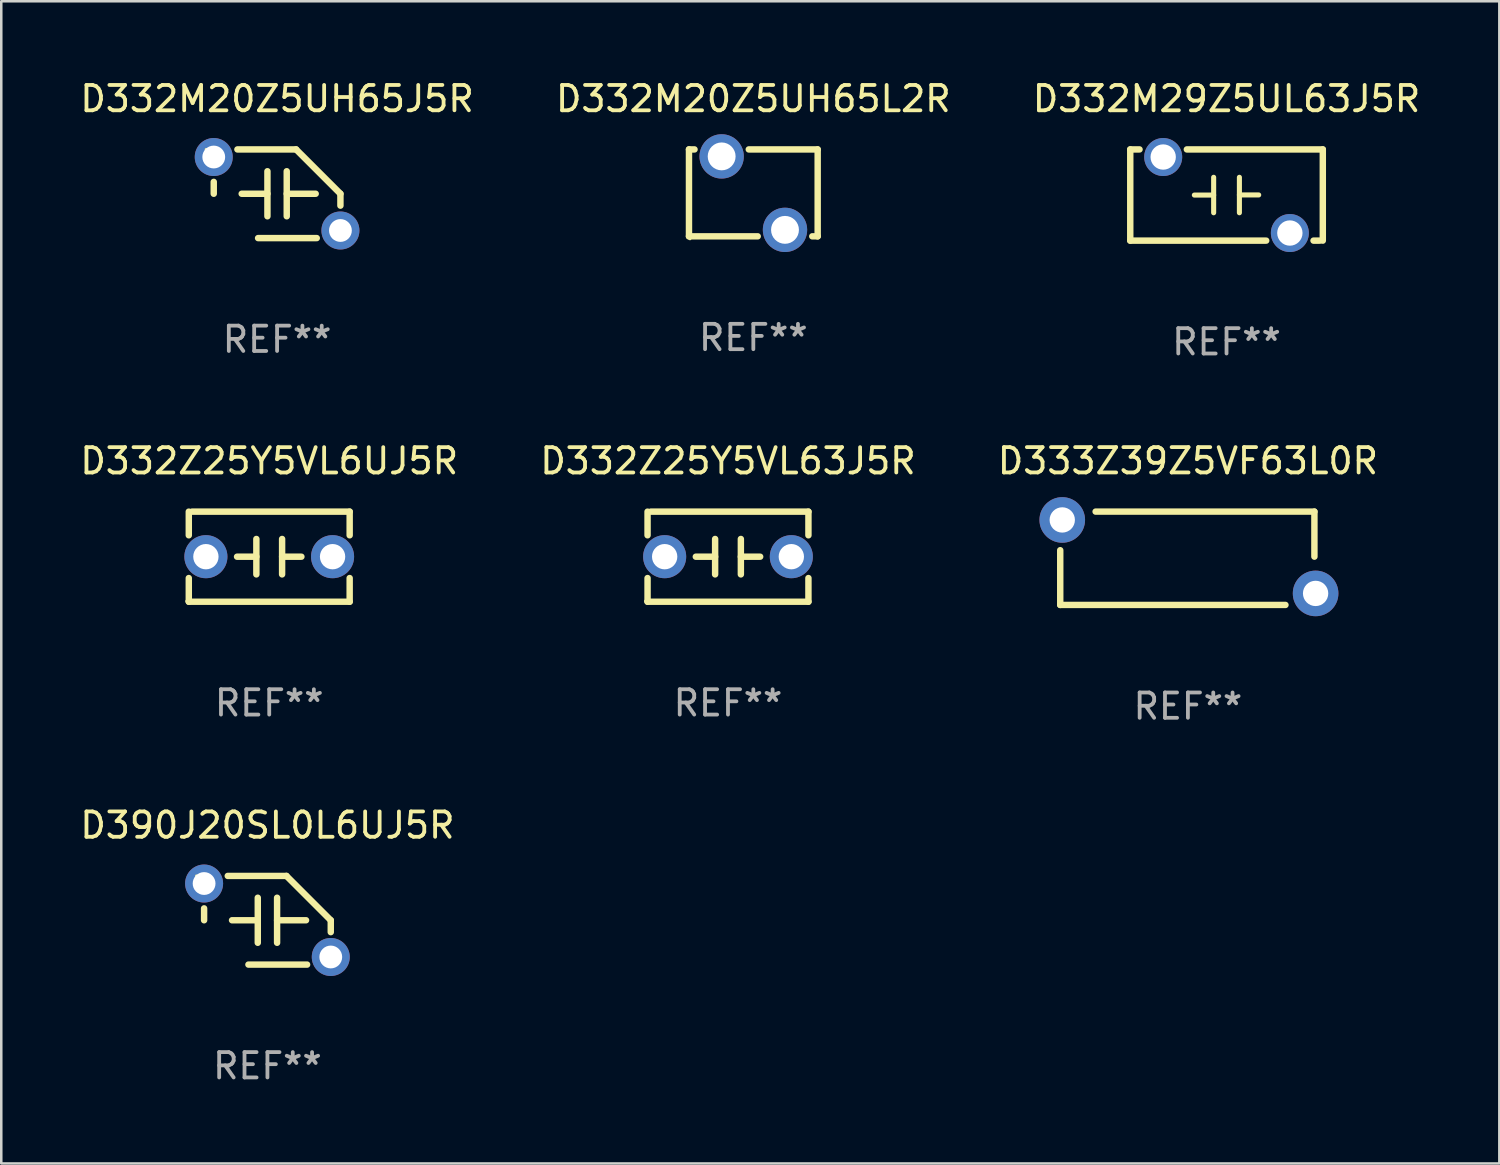
<source format=kicad_pcb>
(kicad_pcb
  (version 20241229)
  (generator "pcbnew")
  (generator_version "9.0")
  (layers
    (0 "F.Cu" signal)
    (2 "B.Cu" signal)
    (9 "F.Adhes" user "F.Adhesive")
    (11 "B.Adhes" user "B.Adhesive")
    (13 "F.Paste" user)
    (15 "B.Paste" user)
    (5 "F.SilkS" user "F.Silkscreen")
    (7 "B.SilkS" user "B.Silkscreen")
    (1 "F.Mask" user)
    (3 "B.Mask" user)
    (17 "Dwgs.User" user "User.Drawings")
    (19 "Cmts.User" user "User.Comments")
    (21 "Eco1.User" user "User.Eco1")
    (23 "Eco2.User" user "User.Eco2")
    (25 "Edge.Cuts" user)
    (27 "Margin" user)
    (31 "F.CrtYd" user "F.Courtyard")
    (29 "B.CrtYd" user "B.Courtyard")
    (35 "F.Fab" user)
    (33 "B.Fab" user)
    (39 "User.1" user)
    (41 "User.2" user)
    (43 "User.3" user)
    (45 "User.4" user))
  (footprint "D332M20Z5UH65J5R"
    (layer "F.Cu")
    (at 7.887 4.598)
    (property "Reference" "D332M20Z5UH65J5R" (at 0 -3.75 0) (layer "F.SilkS") (effects (font (size 1 1) (thickness 0.15))))
    (attr through_hole)
    (fp_line (start -2.5 0) (end -2.5 -0.469) (stroke (width 0.254) (type solid)) (layer "F.SilkS"))
    (fp_line (start -1.397 0) (end -0.381 0) (stroke (width 0.254) (type solid)) (layer "F.SilkS"))
    (fp_line (start -0.75 1.75) (end 1.566 1.75) (stroke (width 0.254) (type solid)) (layer "F.SilkS"))
    (fp_line (start -0.381 -0.889) (end -0.381 0.889) (stroke (width 0.254) (type solid)) (layer "F.SilkS"))
    (fp_line (start 0.381 -0.889) (end 0.381 0.889) (stroke (width 0.254) (type solid)) (layer "F.SilkS"))
    (fp_line (start 0.75 -1.75) (end -1.566 -1.75) (stroke (width 0.254) (type solid)) (layer "F.SilkS"))
    (fp_line (start 1.524 0) (end 0.381 0) (stroke (width 0.254) (type solid)) (layer "F.SilkS"))
    (fp_line (start 2.5 0) (end 2.5 0.469) (stroke (width 0.254) (type solid)) (layer "F.SilkS"))
    (fp_arc (start -2.499962 0) (mid 2.499984 -0.000022) (end -2.499962 0) (stroke (width 0.254001) (type solid)) (layer "F.SilkS"))
    (fp_arc (start 2.500013 0) (mid 1.623463 -0.873464) (end 0.749999 -1.750014) (stroke (width 0.254001) (type solid)) (layer "F.SilkS"))
    (fp_circle (center -2.8 -1.75) (end -2.77 -1.75) (stroke (width 0.06) (type solid)) (fill no) (layer "F.SilkS"))
    (fp_text user "REF**" (at 0 5.75 0) (layer "F.Fab") (effects (font (size 1 1) (thickness 0.15))))
    (pad "1" thru_hole circle (at -2.5 -1.45) (size 1.5 1.5) (drill 0.9) (layers "*.Cu" "*.Mask"))
    (pad "2" thru_hole circle (at 2.5 1.45) (size 1.5 1.5) (drill 0.9) (layers "*.Cu" "*.Mask")))
  (footprint "D333Z39Z5VF63L0R"
    (layer "F.Cu")
    (at 43.839 18.986)
    (property "Reference" "D333Z39Z5VF63L0R" (at 0 -3.842 0) (layer "F.SilkS") (effects (font (size 1 1) (thickness 0.15))))
    (attr through_hole)
    (fp_line (start -5.04 1.842) (end -5.04 -0.318) (stroke (width 0.254) (type solid)) (layer "F.SilkS"))
    (fp_line (start -5.04 1.842) (end 3.85 1.842) (stroke (width 0.254) (type solid)) (layer "F.SilkS"))
    (fp_line (start -3.643 -1.842) (end 4.993 -1.842) (stroke (width 0.254) (type solid)) (layer "F.SilkS"))
    (fp_line (start 4.993 -1.842) (end 4.993 -0.064) (stroke (width 0.254) (type solid)) (layer "F.SilkS"))
    (fp_circle (center -5.26 -1.814) (end -5.23 -1.814) (stroke (width 0.06) (type solid)) (fill no) (layer "F.SilkS"))
    (fp_text user "REF**" (at 0 5.842 0) (layer "F.Fab") (effects (font (size 1 1) (thickness 0.15))))
    (pad "1" thru_hole circle (at -4.96 -1.513) (size 1.8 1.8) (drill 1) (layers "*.Cu" "*.Mask"))
    (pad "2" thru_hole circle (at 5.04 1.387) (size 1.8 1.8) (drill 1) (layers "*.Cu" "*.Mask")))
  (footprint "D390J20SL0L6UJ5R"
    (layer "F.Cu")
    (at 7.506 33.274)
    (property "Reference" "D390J20SL0L6UJ5R" (at 0 -3.75 0) (layer "F.SilkS") (effects (font (size 1 1) (thickness 0.15))))
    (attr through_hole)
    (fp_line (start -2.5 0) (end -2.5 -0.469) (stroke (width 0.254) (type solid)) (layer "F.SilkS"))
    (fp_line (start -1.397 0) (end -0.381 0) (stroke (width 0.254) (type solid)) (layer "F.SilkS"))
    (fp_line (start -0.75 1.75) (end 1.566 1.75) (stroke (width 0.254) (type solid)) (layer "F.SilkS"))
    (fp_line (start -0.381 -0.889) (end -0.381 0.889) (stroke (width 0.254) (type solid)) (layer "F.SilkS"))
    (fp_line (start 0.381 -0.889) (end 0.381 0.889) (stroke (width 0.254) (type solid)) (layer "F.SilkS"))
    (fp_line (start 0.75 -1.75) (end -1.566 -1.75) (stroke (width 0.254) (type solid)) (layer "F.SilkS"))
    (fp_line (start 1.524 0) (end 0.381 0) (stroke (width 0.254) (type solid)) (layer "F.SilkS"))
    (fp_line (start 2.5 0) (end 2.5 0.469) (stroke (width 0.254) (type solid)) (layer "F.SilkS"))
    (fp_arc (start -2.499962 0) (mid 2.499984 -0.000022) (end -2.499962 0) (stroke (width 0.254001) (type solid)) (layer "F.SilkS"))
    (fp_arc (start 2.500013 0) (mid 1.623463 -0.873464) (end 0.749999 -1.750014) (stroke (width 0.254001) (type solid)) (layer "F.SilkS"))
    (fp_circle (center -2.8 -1.75) (end -2.77 -1.75) (stroke (width 0.06) (type solid)) (fill no) (layer "F.SilkS"))
    (fp_text user "REF**" (at 0 5.75 0) (layer "F.Fab") (effects (font (size 1 1) (thickness 0.15))))
    (pad "1" thru_hole circle (at -2.5 -1.45) (size 1.5 1.5) (drill 0.9) (layers "*.Cu" "*.Mask"))
    (pad "2" thru_hole circle (at 2.5 1.45) (size 1.5 1.5) (drill 0.9) (layers "*.Cu" "*.Mask")))
  (footprint "D332Z25Y5VL6UJ5R"
    (layer "F.Cu")
    (at 7.577 18.923)
    (property "Reference" "D332Z25Y5VL6UJ5R" (at 0 -3.778 0) (layer "F.SilkS") (effects (font (size 1 1) (thickness 0.15))))
    (attr through_hole)
    (fp_line (start -3.175 -1.778) (end -3.175 -0.844) (stroke (width 0.254) (type solid)) (layer "F.SilkS"))
    (fp_line (start -3.175 0.844) (end -3.175 1.778) (stroke (width 0.254) (type solid)) (layer "F.SilkS"))
    (fp_line (start -3.175 1.778) (end 3.175 1.778) (stroke (width 0.254) (type solid)) (layer "F.SilkS"))
    (fp_line (start -0.508 -0.699) (end -0.508 0.699) (stroke (width 0.254) (type solid)) (layer "F.SilkS"))
    (fp_line (start -0.508 0.001) (end -1.27 0.001) (stroke (width 0.254) (type solid)) (layer "F.SilkS"))
    (fp_line (start 0.508 0.001) (end 1.27 0.001) (stroke (width 0.254) (type solid)) (layer "F.SilkS"))
    (fp_line (start 0.508 0.699) (end 0.508 -0.699) (stroke (width 0.254) (type solid)) (layer "F.SilkS"))
    (fp_line (start 3.175 -1.778) (end -3.048 -1.778) (stroke (width 0.254) (type solid)) (layer "F.SilkS"))
    (fp_line (start 3.175 -0.844) (end 3.175 -1.778) (stroke (width 0.254) (type solid)) (layer "F.SilkS"))
    (fp_line (start 3.175 1.778) (end 3.175 0.844) (stroke (width 0.254) (type solid)) (layer "F.SilkS"))
    (fp_circle (center -3.25 1.75) (end -3.22 1.75) (stroke (width 0.06) (type solid)) (fill no) (layer "F.SilkS"))
    (fp_text user "REF**" (at 0 5.778 0) (layer "F.Fab") (effects (font (size 1 1) (thickness 0.15))))
    (pad "1" thru_hole circle (at -2.5 0) (size 1.7 1.7) (drill 1) (layers "*.Cu" "*.Mask"))
    (pad "2" thru_hole circle (at 2.5 0) (size 1.7 1.7) (drill 1) (layers "*.Cu" "*.Mask")))
  (footprint "D332M29Z5UL63J5R"
    (layer "F.Cu")
    (at 45.363 4.648)
    (property "Reference" "D332M29Z5UL63J5R" (at 0 -3.8 0) (layer "F.SilkS") (effects (font (size 1 1) (thickness 0.15))))
    (attr through_hole)
    (fp_line (start -3.8 -1.8) (end -3.8 1.8) (stroke (width 0.254) (type solid)) (layer "F.SilkS"))
    (fp_line (start -3.8 -1.8) (end -3.434 -1.8) (stroke (width 0.254) (type solid)) (layer "F.SilkS"))
    (fp_line (start -3.8 1.8) (end 1.566 1.8) (stroke (width 0.254) (type solid)) (layer "F.SilkS"))
    (fp_line (start -1.566 -1.8) (end 3.8 -1.8) (stroke (width 0.254) (type solid)) (layer "F.SilkS"))
    (fp_line (start -0.508 -0.7) (end -0.508 0.7) (stroke (width 0.2) (type solid)) (layer "F.SilkS"))
    (fp_line (start -0.508 0.002) (end -1.27 0.002) (stroke (width 0.2) (type solid)) (layer "F.SilkS"))
    (fp_line (start 0.508 -0.003) (end 1.27 -0.003) (stroke (width 0.2) (type solid)) (layer "F.SilkS"))
    (fp_line (start 0.508 0.7) (end 0.508 -0.7) (stroke (width 0.2) (type solid)) (layer "F.SilkS"))
    (fp_line (start 3.434 1.8) (end 3.683 1.8) (stroke (width 0.254) (type solid)) (layer "F.SilkS"))
    (fp_line (start 3.8 -1.8) (end 3.8 1.8) (stroke (width 0.254) (type solid)) (layer "F.SilkS"))
    (fp_circle (center -3.75 -1.8) (end -3.72 -1.8) (stroke (width 0.06) (type solid)) (fill no) (layer "F.SilkS"))
    (fp_text user "REF**" (at 0 5.8 0) (layer "F.Fab") (effects (font (size 1 1) (thickness 0.15))))
    (pad "1" thru_hole circle (at -2.5 -1.5) (size 1.5 1.5) (drill 1) (layers "*.Cu" "*.Mask"))
    (pad "2" thru_hole circle (at 2.5 1.5) (size 1.5 1.5) (drill 1) (layers "*.Cu" "*.Mask")))
  (footprint "D332Z25Y5VL63J5R"
    (layer "F.Cu")
    (at 25.685 18.923)
    (property "Reference" "D332Z25Y5VL63J5R" (at 0 -3.778 0) (layer "F.SilkS") (effects (font (size 1 1) (thickness 0.15))))
    (attr through_hole)
    (fp_line (start -3.175 -1.778) (end -3.175 -0.844) (stroke (width 0.254) (type solid)) (layer "F.SilkS"))
    (fp_line (start -3.175 0.844) (end -3.175 1.778) (stroke (width 0.254) (type solid)) (layer "F.SilkS"))
    (fp_line (start -3.175 1.778) (end 3.175 1.778) (stroke (width 0.254) (type solid)) (layer "F.SilkS"))
    (fp_line (start -0.508 -0.699) (end -0.508 0.699) (stroke (width 0.254) (type solid)) (layer "F.SilkS"))
    (fp_line (start -0.508 0.001) (end -1.27 0.001) (stroke (width 0.254) (type solid)) (layer "F.SilkS"))
    (fp_line (start 0.508 0.001) (end 1.27 0.001) (stroke (width 0.254) (type solid)) (layer "F.SilkS"))
    (fp_line (start 0.508 0.699) (end 0.508 -0.699) (stroke (width 0.254) (type solid)) (layer "F.SilkS"))
    (fp_line (start 3.175 -1.778) (end -3.048 -1.778) (stroke (width 0.254) (type solid)) (layer "F.SilkS"))
    (fp_line (start 3.175 -0.844) (end 3.175 -1.778) (stroke (width 0.254) (type solid)) (layer "F.SilkS"))
    (fp_line (start 3.175 1.778) (end 3.175 0.844) (stroke (width 0.254) (type solid)) (layer "F.SilkS"))
    (fp_circle (center -3.25 1.75) (end -3.22 1.75) (stroke (width 0.06) (type solid)) (fill no) (layer "F.SilkS"))
    (fp_text user "REF**" (at 0 5.778 0) (layer "F.Fab") (effects (font (size 1 1) (thickness 0.15))))
    (pad "1" thru_hole circle (at -2.5 0) (size 1.7 1.7) (drill 1) (layers "*.Cu" "*.Mask"))
    (pad "2" thru_hole circle (at 2.5 0) (size 1.7 1.7) (drill 1) (layers "*.Cu" "*.Mask")))
  (footprint "D332M20Z5UH65L2R"
    (layer "F.Cu")
    (at 26.685 4.563)
    (property "Reference" "D332M20Z5UH65L2R" (at 0 -3.715 0) (layer "F.SilkS") (effects (font (size 1 1) (thickness 0.15))))
    (attr through_hole)
    (fp_line (start -2.54 -1.715) (end -2.321 -1.715) (stroke (width 0.254) (type solid)) (layer "F.SilkS"))
    (fp_line (start -2.54 1.715) (end -2.54 -1.715) (stroke (width 0.254) (type solid)) (layer "F.SilkS"))
    (fp_line (start -0.179 -1.715) (end 2.54 -1.715) (stroke (width 0.254) (type solid)) (layer "F.SilkS"))
    (fp_line (start 0.173 1.715) (end -2.54 1.715) (stroke (width 0.254) (type solid)) (layer "F.SilkS"))
    (fp_line (start 2.54 -1.715) (end 2.54 1.715) (stroke (width 0.254) (type solid)) (layer "F.SilkS"))
    (fp_line (start 2.54 1.715) (end 2.327 1.715) (stroke (width 0.254) (type solid)) (layer "F.SilkS"))
    (fp_circle (center -2.5 1.814) (end -2.47 1.814) (stroke (width 0.06) (type solid)) (fill no) (layer "F.SilkS"))
    (fp_text user "REF**" (at 0 5.715 0) (layer "F.Fab") (effects (font (size 1 1) (thickness 0.15))))
    (pad "1" thru_hole circle (at -1.25 -1.44) (size 1.75 1.75) (drill 1.1) (layers "*.Cu" "*.Mask"))
    (pad "2" thru_hole circle (at 1.25 1.46) (size 1.75 1.75) (drill 1.1) (layers "*.Cu" "*.Mask")))
  (gr_rect
    (start -3 -3)
    (end 56.131 42.873)
    (stroke (width 0.1) (type default))
    (fill no)
    (layer "Edge.Cuts")))
</source>
